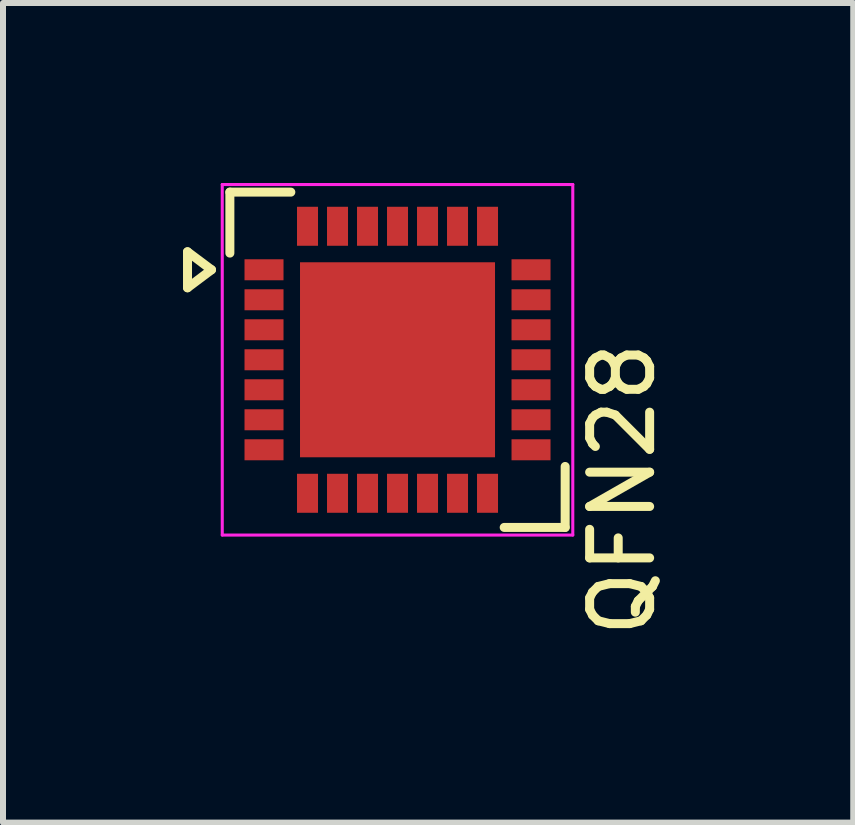
<source format=kicad_pcb>
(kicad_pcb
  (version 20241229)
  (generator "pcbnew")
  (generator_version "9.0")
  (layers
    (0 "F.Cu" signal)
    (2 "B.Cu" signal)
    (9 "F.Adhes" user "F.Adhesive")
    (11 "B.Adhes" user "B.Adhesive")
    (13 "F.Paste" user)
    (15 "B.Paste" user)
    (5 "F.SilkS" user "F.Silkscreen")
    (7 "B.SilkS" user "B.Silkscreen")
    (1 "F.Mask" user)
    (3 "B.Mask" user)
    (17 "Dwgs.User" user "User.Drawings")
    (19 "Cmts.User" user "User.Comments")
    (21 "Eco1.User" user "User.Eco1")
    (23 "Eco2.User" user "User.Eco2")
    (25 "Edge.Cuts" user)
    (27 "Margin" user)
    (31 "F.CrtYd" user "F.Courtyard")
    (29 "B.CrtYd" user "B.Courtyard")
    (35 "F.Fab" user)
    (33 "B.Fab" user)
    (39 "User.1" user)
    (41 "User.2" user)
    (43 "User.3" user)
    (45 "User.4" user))
  (footprint "QFN28"
    (layer "F.Cu")
    (at 3.575 2.946)
    (property "Reference" "QFN28" (at 3.747 2.159 90) (layer "F.SilkS") (effects (font (size 1 1) (thickness 0.15))))
    (attr through_hole)
    (fp_line (start -3.5 -1.8) (end -3.1 -1.5) (stroke (width 0.15) (type solid)) (layer "F.SilkS"))
    (fp_line (start -3.5 -1.2) (end -3.5 -1.8) (stroke (width 0.15) (type solid)) (layer "F.SilkS"))
    (fp_line (start -3.1 -1.5) (end -3.5 -1.2) (stroke (width 0.15) (type solid)) (layer "F.SilkS"))
    (fp_line (start -2.794 -2.794) (end -1.778 -2.794) (stroke (width 0.15) (type solid)) (layer "F.SilkS"))
    (fp_line (start -2.794 -1.778) (end -2.794 -2.794) (stroke (width 0.15) (type solid)) (layer "F.SilkS"))
    (fp_line (start 1.778 2.794) (end 2.794 2.794) (stroke (width 0.15) (type solid)) (layer "F.SilkS"))
    (fp_line (start 2.794 2.794) (end 2.794 1.778) (stroke (width 0.15) (type solid)) (layer "F.SilkS"))
    (fp_line (start -1.4 -1.4) (end -1 -1.4) (stroke (width 0.15) (type solid)) (layer "F.Paste"))
    (fp_line (start -1.4 -1.3) (end -1 -1.3) (stroke (width 0.15) (type solid)) (layer "F.Paste"))
    (fp_line (start -1.4 -1.2) (end -1.4 -1.3) (stroke (width 0.15) (type solid)) (layer "F.Paste"))
    (fp_line (start -1.4 -1.1) (end -1 -1.1) (stroke (width 0.15) (type solid)) (layer "F.Paste"))
    (fp_line (start -1.4 -1) (end -1.4 -1.4) (stroke (width 0.15) (type solid)) (layer "F.Paste"))
    (fp_line (start -1.4 -1) (end -1.4 -1.1) (stroke (width 0.15) (type solid)) (layer "F.Paste"))
    (fp_line (start -1.4 -0.7) (end -1 -0.7) (stroke (width 0.15) (type solid)) (layer "F.Paste"))
    (fp_line (start -1.4 -0.6) (end -1 -0.6) (stroke (width 0.15) (type solid)) (layer "F.Paste"))
    (fp_line (start -1.4 -0.5) (end -1.4 -0.6) (stroke (width 0.15) (type solid)) (layer "F.Paste"))
    (fp_line (start -1.4 -0.4) (end -1 -0.4) (stroke (width 0.15) (type solid)) (layer "F.Paste"))
    (fp_line (start -1.4 -0.3) (end -1.4 -0.7) (stroke (width 0.15) (type solid)) (layer "F.Paste"))
    (fp_line (start -1.4 -0.3) (end -1.4 -0.4) (stroke (width 0.15) (type solid)) (layer "F.Paste"))
    (fp_line (start -1.4 0.3) (end -1 0.3) (stroke (width 0.15) (type solid)) (layer "F.Paste"))
    (fp_line (start -1.4 0.4) (end -1 0.4) (stroke (width 0.15) (type solid)) (layer "F.Paste"))
    (fp_line (start -1.4 0.5) (end -1.4 0.4) (stroke (width 0.15) (type solid)) (layer "F.Paste"))
    (fp_line (start -1.4 0.6) (end -1 0.6) (stroke (width 0.15) (type solid)) (layer "F.Paste"))
    (fp_line (start -1.4 0.7) (end -1.4 0.3) (stroke (width 0.15) (type solid)) (layer "F.Paste"))
    (fp_line (start -1.4 0.7) (end -1.4 0.6) (stroke (width 0.15) (type solid)) (layer "F.Paste"))
    (fp_line (start -1.4 1) (end -1 1) (stroke (width 0.15) (type solid)) (layer "F.Paste"))
    (fp_line (start -1.4 1.1) (end -1 1.1) (stroke (width 0.15) (type solid)) (layer "F.Paste"))
    (fp_line (start -1.4 1.2) (end -1.4 1.1) (stroke (width 0.15) (type solid)) (layer "F.Paste"))
    (fp_line (start -1.4 1.3) (end -1 1.3) (stroke (width 0.15) (type solid)) (layer "F.Paste"))
    (fp_line (start -1.4 1.4) (end -1.4 1) (stroke (width 0.15) (type solid)) (layer "F.Paste"))
    (fp_line (start -1.4 1.4) (end -1.4 1.3) (stroke (width 0.15) (type solid)) (layer "F.Paste"))
    (fp_line (start -1 -1.4) (end -1 -1) (stroke (width 0.15) (type solid)) (layer "F.Paste"))
    (fp_line (start -1 -1.2) (end -1.4 -1.2) (stroke (width 0.15) (type solid)) (layer "F.Paste"))
    (fp_line (start -1 -1.1) (end -1 -1.2) (stroke (width 0.15) (type solid)) (layer "F.Paste"))
    (fp_line (start -1 -1) (end -1.4 -1) (stroke (width 0.15) (type solid)) (layer "F.Paste"))
    (fp_line (start -1 -0.7) (end -1 -0.3) (stroke (width 0.15) (type solid)) (layer "F.Paste"))
    (fp_line (start -1 -0.5) (end -1.4 -0.5) (stroke (width 0.15) (type solid)) (layer "F.Paste"))
    (fp_line (start -1 -0.4) (end -1 -0.5) (stroke (width 0.15) (type solid)) (layer "F.Paste"))
    (fp_line (start -1 -0.3) (end -1.4 -0.3) (stroke (width 0.15) (type solid)) (layer "F.Paste"))
    (fp_line (start -1 0.3) (end -1 0.7) (stroke (width 0.15) (type solid)) (layer "F.Paste"))
    (fp_line (start -1 0.5) (end -1.4 0.5) (stroke (width 0.15) (type solid)) (layer "F.Paste"))
    (fp_line (start -1 0.6) (end -1 0.5) (stroke (width 0.15) (type solid)) (layer "F.Paste"))
    (fp_line (start -1 0.7) (end -1.4 0.7) (stroke (width 0.15) (type solid)) (layer "F.Paste"))
    (fp_line (start -1 1) (end -1 1.4) (stroke (width 0.15) (type solid)) (layer "F.Paste"))
    (fp_line (start -1 1.2) (end -1.4 1.2) (stroke (width 0.15) (type solid)) (layer "F.Paste"))
    (fp_line (start -1 1.3) (end -1 1.2) (stroke (width 0.15) (type solid)) (layer "F.Paste"))
    (fp_line (start -1 1.4) (end -1.4 1.4) (stroke (width 0.15) (type solid)) (layer "F.Paste"))
    (fp_line (start -0.7 -1.4) (end -0.3 -1.4) (stroke (width 0.15) (type solid)) (layer "F.Paste"))
    (fp_line (start -0.7 -1.3) (end -0.3 -1.3) (stroke (width 0.15) (type solid)) (layer "F.Paste"))
    (fp_line (start -0.7 -1.2) (end -0.7 -1.3) (stroke (width 0.15) (type solid)) (layer "F.Paste"))
    (fp_line (start -0.7 -1.1) (end -0.3 -1.1) (stroke (width 0.15) (type solid)) (layer "F.Paste"))
    (fp_line (start -0.7 -1) (end -0.7 -1.4) (stroke (width 0.15) (type solid)) (layer "F.Paste"))
    (fp_line (start -0.7 -1) (end -0.7 -1.1) (stroke (width 0.15) (type solid)) (layer "F.Paste"))
    (fp_line (start -0.7 -0.7) (end -0.3 -0.7) (stroke (width 0.15) (type solid)) (layer "F.Paste"))
    (fp_line (start -0.7 -0.6) (end -0.3 -0.6) (stroke (width 0.15) (type solid)) (layer "F.Paste"))
    (fp_line (start -0.7 -0.5) (end -0.7 -0.6) (stroke (width 0.15) (type solid)) (layer "F.Paste"))
    (fp_line (start -0.7 -0.4) (end -0.3 -0.4) (stroke (width 0.15) (type solid)) (layer "F.Paste"))
    (fp_line (start -0.7 -0.3) (end -0.7 -0.7) (stroke (width 0.15) (type solid)) (layer "F.Paste"))
    (fp_line (start -0.7 -0.3) (end -0.7 -0.4) (stroke (width 0.15) (type solid)) (layer "F.Paste"))
    (fp_line (start -0.7 0.3) (end -0.3 0.3) (stroke (width 0.15) (type solid)) (layer "F.Paste"))
    (fp_line (start -0.7 0.4) (end -0.3 0.4) (stroke (width 0.15) (type solid)) (layer "F.Paste"))
    (fp_line (start -0.7 0.5) (end -0.7 0.4) (stroke (width 0.15) (type solid)) (layer "F.Paste"))
    (fp_line (start -0.7 0.6) (end -0.3 0.6) (stroke (width 0.15) (type solid)) (layer "F.Paste"))
    (fp_line (start -0.7 0.7) (end -0.7 0.3) (stroke (width 0.15) (type solid)) (layer "F.Paste"))
    (fp_line (start -0.7 0.7) (end -0.7 0.6) (stroke (width 0.15) (type solid)) (layer "F.Paste"))
    (fp_line (start -0.7 1) (end -0.3 1) (stroke (width 0.15) (type solid)) (layer "F.Paste"))
    (fp_line (start -0.7 1.1) (end -0.3 1.1) (stroke (width 0.15) (type solid)) (layer "F.Paste"))
    (fp_line (start -0.7 1.2) (end -0.7 1.1) (stroke (width 0.15) (type solid)) (layer "F.Paste"))
    (fp_line (start -0.7 1.3) (end -0.3 1.3) (stroke (width 0.15) (type solid)) (layer "F.Paste"))
    (fp_line (start -0.7 1.4) (end -0.7 1) (stroke (width 0.15) (type solid)) (layer "F.Paste"))
    (fp_line (start -0.7 1.4) (end -0.7 1.3) (stroke (width 0.15) (type solid)) (layer "F.Paste"))
    (fp_line (start -0.3 -1.4) (end -0.3 -1) (stroke (width 0.15) (type solid)) (layer "F.Paste"))
    (fp_line (start -0.3 -1.2) (end -0.7 -1.2) (stroke (width 0.15) (type solid)) (layer "F.Paste"))
    (fp_line (start -0.3 -1.1) (end -0.3 -1.2) (stroke (width 0.15) (type solid)) (layer "F.Paste"))
    (fp_line (start -0.3 -1) (end -0.7 -1) (stroke (width 0.15) (type solid)) (layer "F.Paste"))
    (fp_line (start -0.3 -0.7) (end -0.3 -0.3) (stroke (width 0.15) (type solid)) (layer "F.Paste"))
    (fp_line (start -0.3 -0.5) (end -0.7 -0.5) (stroke (width 0.15) (type solid)) (layer "F.Paste"))
    (fp_line (start -0.3 -0.4) (end -0.3 -0.5) (stroke (width 0.15) (type solid)) (layer "F.Paste"))
    (fp_line (start -0.3 -0.3) (end -0.7 -0.3) (stroke (width 0.15) (type solid)) (layer "F.Paste"))
    (fp_line (start -0.3 0.3) (end -0.3 0.7) (stroke (width 0.15) (type solid)) (layer "F.Paste"))
    (fp_line (start -0.3 0.5) (end -0.7 0.5) (stroke (width 0.15) (type solid)) (layer "F.Paste"))
    (fp_line (start -0.3 0.6) (end -0.3 0.5) (stroke (width 0.15) (type solid)) (layer "F.Paste"))
    (fp_line (start -0.3 0.7) (end -0.7 0.7) (stroke (width 0.15) (type solid)) (layer "F.Paste"))
    (fp_line (start -0.3 1) (end -0.3 1.4) (stroke (width 0.15) (type solid)) (layer "F.Paste"))
    (fp_line (start -0.3 1.2) (end -0.7 1.2) (stroke (width 0.15) (type solid)) (layer "F.Paste"))
    (fp_line (start -0.3 1.3) (end -0.3 1.2) (stroke (width 0.15) (type solid)) (layer "F.Paste"))
    (fp_line (start -0.3 1.4) (end -0.7 1.4) (stroke (width 0.15) (type solid)) (layer "F.Paste"))
    (fp_line (start 0.3 -1.4) (end 0.7 -1.4) (stroke (width 0.15) (type solid)) (layer "F.Paste"))
    (fp_line (start 0.3 -1.3) (end 0.7 -1.3) (stroke (width 0.15) (type solid)) (layer "F.Paste"))
    (fp_line (start 0.3 -1.2) (end 0.3 -1.3) (stroke (width 0.15) (type solid)) (layer "F.Paste"))
    (fp_line (start 0.3 -1.1) (end 0.7 -1.1) (stroke (width 0.15) (type solid)) (layer "F.Paste"))
    (fp_line (start 0.3 -1) (end 0.3 -1.4) (stroke (width 0.15) (type solid)) (layer "F.Paste"))
    (fp_line (start 0.3 -1) (end 0.3 -1.1) (stroke (width 0.15) (type solid)) (layer "F.Paste"))
    (fp_line (start 0.3 -0.7) (end 0.7 -0.7) (stroke (width 0.15) (type solid)) (layer "F.Paste"))
    (fp_line (start 0.3 -0.6) (end 0.7 -0.6) (stroke (width 0.15) (type solid)) (layer "F.Paste"))
    (fp_line (start 0.3 -0.5) (end 0.3 -0.6) (stroke (width 0.15) (type solid)) (layer "F.Paste"))
    (fp_line (start 0.3 -0.4) (end 0.7 -0.4) (stroke (width 0.15) (type solid)) (layer "F.Paste"))
    (fp_line (start 0.3 -0.3) (end 0.3 -0.7) (stroke (width 0.15) (type solid)) (layer "F.Paste"))
    (fp_line (start 0.3 -0.3) (end 0.3 -0.4) (stroke (width 0.15) (type solid)) (layer "F.Paste"))
    (fp_line (start 0.3 0.3) (end 0.7 0.3) (stroke (width 0.15) (type solid)) (layer "F.Paste"))
    (fp_line (start 0.3 0.4) (end 0.7 0.4) (stroke (width 0.15) (type solid)) (layer "F.Paste"))
    (fp_line (start 0.3 0.5) (end 0.3 0.4) (stroke (width 0.15) (type solid)) (layer "F.Paste"))
    (fp_line (start 0.3 0.6) (end 0.7 0.6) (stroke (width 0.15) (type solid)) (layer "F.Paste"))
    (fp_line (start 0.3 0.7) (end 0.3 0.3) (stroke (width 0.15) (type solid)) (layer "F.Paste"))
    (fp_line (start 0.3 0.7) (end 0.3 0.6) (stroke (width 0.15) (type solid)) (layer "F.Paste"))
    (fp_line (start 0.3 1) (end 0.7 1) (stroke (width 0.15) (type solid)) (layer "F.Paste"))
    (fp_line (start 0.3 1.1) (end 0.7 1.1) (stroke (width 0.15) (type solid)) (layer "F.Paste"))
    (fp_line (start 0.3 1.2) (end 0.3 1.1) (stroke (width 0.15) (type solid)) (layer "F.Paste"))
    (fp_line (start 0.3 1.3) (end 0.7 1.3) (stroke (width 0.15) (type solid)) (layer "F.Paste"))
    (fp_line (start 0.3 1.4) (end 0.3 1) (stroke (width 0.15) (type solid)) (layer "F.Paste"))
    (fp_line (start 0.3 1.4) (end 0.3 1.3) (stroke (width 0.15) (type solid)) (layer "F.Paste"))
    (fp_line (start 0.7 -1.4) (end 0.7 -1) (stroke (width 0.15) (type solid)) (layer "F.Paste"))
    (fp_line (start 0.7 -1.2) (end 0.3 -1.2) (stroke (width 0.15) (type solid)) (layer "F.Paste"))
    (fp_line (start 0.7 -1.1) (end 0.7 -1.2) (stroke (width 0.15) (type solid)) (layer "F.Paste"))
    (fp_line (start 0.7 -1) (end 0.3 -1) (stroke (width 0.15) (type solid)) (layer "F.Paste"))
    (fp_line (start 0.7 -0.7) (end 0.7 -0.3) (stroke (width 0.15) (type solid)) (layer "F.Paste"))
    (fp_line (start 0.7 -0.5) (end 0.3 -0.5) (stroke (width 0.15) (type solid)) (layer "F.Paste"))
    (fp_line (start 0.7 -0.4) (end 0.7 -0.5) (stroke (width 0.15) (type solid)) (layer "F.Paste"))
    (fp_line (start 0.7 -0.3) (end 0.3 -0.3) (stroke (width 0.15) (type solid)) (layer "F.Paste"))
    (fp_line (start 0.7 0.3) (end 0.7 0.7) (stroke (width 0.15) (type solid)) (layer "F.Paste"))
    (fp_line (start 0.7 0.5) (end 0.3 0.5) (stroke (width 0.15) (type solid)) (layer "F.Paste"))
    (fp_line (start 0.7 0.6) (end 0.7 0.5) (stroke (width 0.15) (type solid)) (layer "F.Paste"))
    (fp_line (start 0.7 0.7) (end 0.3 0.7) (stroke (width 0.15) (type solid)) (layer "F.Paste"))
    (fp_line (start 0.7 1) (end 0.7 1.4) (stroke (width 0.15) (type solid)) (layer "F.Paste"))
    (fp_line (start 0.7 1.2) (end 0.3 1.2) (stroke (width 0.15) (type solid)) (layer "F.Paste"))
    (fp_line (start 0.7 1.3) (end 0.7 1.2) (stroke (width 0.15) (type solid)) (layer "F.Paste"))
    (fp_line (start 0.7 1.4) (end 0.3 1.4) (stroke (width 0.15) (type solid)) (layer "F.Paste"))
    (fp_line (start 1 -1.4) (end 1.4 -1.4) (stroke (width 0.15) (type solid)) (layer "F.Paste"))
    (fp_line (start 1 -1.3) (end 1.4 -1.3) (stroke (width 0.15) (type solid)) (layer "F.Paste"))
    (fp_line (start 1 -1.2) (end 1 -1.3) (stroke (width 0.15) (type solid)) (layer "F.Paste"))
    (fp_line (start 1 -1.1) (end 1.4 -1.1) (stroke (width 0.15) (type solid)) (layer "F.Paste"))
    (fp_line (start 1 -1) (end 1 -1.4) (stroke (width 0.15) (type solid)) (layer "F.Paste"))
    (fp_line (start 1 -1) (end 1 -1.1) (stroke (width 0.15) (type solid)) (layer "F.Paste"))
    (fp_line (start 1 -0.7) (end 1.4 -0.7) (stroke (width 0.15) (type solid)) (layer "F.Paste"))
    (fp_line (start 1 -0.6) (end 1.4 -0.6) (stroke (width 0.15) (type solid)) (layer "F.Paste"))
    (fp_line (start 1 -0.5) (end 1 -0.6) (stroke (width 0.15) (type solid)) (layer "F.Paste"))
    (fp_line (start 1 -0.4) (end 1.4 -0.4) (stroke (width 0.15) (type solid)) (layer "F.Paste"))
    (fp_line (start 1 -0.3) (end 1 -0.7) (stroke (width 0.15) (type solid)) (layer "F.Paste"))
    (fp_line (start 1 -0.3) (end 1 -0.4) (stroke (width 0.15) (type solid)) (layer "F.Paste"))
    (fp_line (start 1 0.3) (end 1.4 0.3) (stroke (width 0.15) (type solid)) (layer "F.Paste"))
    (fp_line (start 1 0.4) (end 1.4 0.4) (stroke (width 0.15) (type solid)) (layer "F.Paste"))
    (fp_line (start 1 0.5) (end 1 0.4) (stroke (width 0.15) (type solid)) (layer "F.Paste"))
    (fp_line (start 1 0.6) (end 1.4 0.6) (stroke (width 0.15) (type solid)) (layer "F.Paste"))
    (fp_line (start 1 0.7) (end 1 0.3) (stroke (width 0.15) (type solid)) (layer "F.Paste"))
    (fp_line (start 1 0.7) (end 1 0.6) (stroke (width 0.15) (type solid)) (layer "F.Paste"))
    (fp_line (start 1 1) (end 1.4 1) (stroke (width 0.15) (type solid)) (layer "F.Paste"))
    (fp_line (start 1 1.1) (end 1.4 1.1) (stroke (width 0.15) (type solid)) (layer "F.Paste"))
    (fp_line (start 1 1.2) (end 1 1.1) (stroke (width 0.15) (type solid)) (layer "F.Paste"))
    (fp_line (start 1 1.3) (end 1.4 1.3) (stroke (width 0.15) (type solid)) (layer "F.Paste"))
    (fp_line (start 1 1.4) (end 1 1) (stroke (width 0.15) (type solid)) (layer "F.Paste"))
    (fp_line (start 1 1.4) (end 1 1.3) (stroke (width 0.15) (type solid)) (layer "F.Paste"))
    (fp_line (start 1.4 -1.4) (end 1.4 -1) (stroke (width 0.15) (type solid)) (layer "F.Paste"))
    (fp_line (start 1.4 -1.2) (end 1 -1.2) (stroke (width 0.15) (type solid)) (layer "F.Paste"))
    (fp_line (start 1.4 -1.1) (end 1.4 -1.2) (stroke (width 0.15) (type solid)) (layer "F.Paste"))
    (fp_line (start 1.4 -1) (end 1 -1) (stroke (width 0.15) (type solid)) (layer "F.Paste"))
    (fp_line (start 1.4 -0.7) (end 1.4 -0.3) (stroke (width 0.15) (type solid)) (layer "F.Paste"))
    (fp_line (start 1.4 -0.5) (end 1 -0.5) (stroke (width 0.15) (type solid)) (layer "F.Paste"))
    (fp_line (start 1.4 -0.4) (end 1.4 -0.5) (stroke (width 0.15) (type solid)) (layer "F.Paste"))
    (fp_line (start 1.4 -0.3) (end 1 -0.3) (stroke (width 0.15) (type solid)) (layer "F.Paste"))
    (fp_line (start 1.4 0.3) (end 1.4 0.7) (stroke (width 0.15) (type solid)) (layer "F.Paste"))
    (fp_line (start 1.4 0.5) (end 1 0.5) (stroke (width 0.15) (type solid)) (layer "F.Paste"))
    (fp_line (start 1.4 0.6) (end 1.4 0.5) (stroke (width 0.15) (type solid)) (layer "F.Paste"))
    (fp_line (start 1.4 0.7) (end 1 0.7) (stroke (width 0.15) (type solid)) (layer "F.Paste"))
    (fp_line (start 1.4 1) (end 1.4 1.4) (stroke (width 0.15) (type solid)) (layer "F.Paste"))
    (fp_line (start 1.4 1.2) (end 1 1.2) (stroke (width 0.15) (type solid)) (layer "F.Paste"))
    (fp_line (start 1.4 1.3) (end 1.4 1.2) (stroke (width 0.15) (type solid)) (layer "F.Paste"))
    (fp_line (start 1.4 1.4) (end 1 1.4) (stroke (width 0.15) (type solid)) (layer "F.Paste"))
    (fp_line (start -2.921 -2.921) (end -2.921 2.921) (stroke (width 0.051) (type solid)) (layer "F.CrtYd"))
    (fp_line (start -2.921 2.921) (end 2.921 2.921) (stroke (width 0.051) (type solid)) (layer "F.CrtYd"))
    (fp_line (start 2.921 -2.921) (end -2.921 -2.921) (stroke (width 0.051) (type solid)) (layer "F.CrtYd"))
    (fp_line (start 2.921 2.921) (end 2.921 -2.921) (stroke (width 0.051) (type solid)) (layer "F.CrtYd"))
    (pad "0" smd rect (at 0 0) (size 3.25 3.25) (layers "F.Cu" "F.Mask"))
    (pad "1" smd rect (at -2.225 -1.5) (size 0.65 0.35) (layers "F.Cu" "F.Mask" "F.Paste"))
    (pad "2" smd rect (at -2.225 -1) (size 0.65 0.35) (layers "F.Cu" "F.Mask" "F.Paste"))
    (pad "3" smd rect (at -2.225 -0.5) (size 0.65 0.35) (layers "F.Cu" "F.Mask" "F.Paste"))
    (pad "4" smd rect (at -2.225 0) (size 0.65 0.35) (layers "F.Cu" "F.Mask" "F.Paste"))
    (pad "5" smd rect (at -2.225 0.5) (size 0.65 0.35) (layers "F.Cu" "F.Mask" "F.Paste"))
    (pad "6" smd rect (at -2.225 1) (size 0.65 0.35) (layers "F.Cu" "F.Mask" "F.Paste"))
    (pad "7" smd rect (at -2.225 1.5) (size 0.65 0.35) (layers "F.Cu" "F.Mask" "F.Paste"))
    (pad "8" smd rect (at -1.5 2.225) (size 0.35 0.65) (layers "F.Cu" "F.Mask" "F.Paste"))
    (pad "9" smd rect (at -1 2.225) (size 0.35 0.65) (layers "F.Cu" "F.Mask" "F.Paste"))
    (pad "10" smd rect (at -0.5 2.225) (size 0.35 0.65) (layers "F.Cu" "F.Mask" "F.Paste"))
    (pad "11" smd rect (at 0 2.225) (size 0.35 0.65) (layers "F.Cu" "F.Mask" "F.Paste"))
    (pad "12" smd rect (at 0.5 2.225) (size 0.35 0.65) (layers "F.Cu" "F.Mask" "F.Paste"))
    (pad "13" smd rect (at 1 2.225) (size 0.35 0.65) (layers "F.Cu" "F.Mask" "F.Paste"))
    (pad "14" smd rect (at 1.5 2.225) (size 0.35 0.65) (layers "F.Cu" "F.Mask" "F.Paste"))
    (pad "15" smd rect (at 2.225 1.5) (size 0.65 0.35) (layers "F.Cu" "F.Mask" "F.Paste"))
    (pad "16" smd rect (at 2.225 1) (size 0.65 0.35) (layers "F.Cu" "F.Mask" "F.Paste"))
    (pad "17" smd rect (at 2.225 0.5) (size 0.65 0.35) (layers "F.Cu" "F.Mask" "F.Paste"))
    (pad "18" smd rect (at 2.225 0) (size 0.65 0.35) (layers "F.Cu" "F.Mask" "F.Paste"))
    (pad "19" smd rect (at 2.225 -0.5) (size 0.65 0.35) (layers "F.Cu" "F.Mask" "F.Paste"))
    (pad "20" smd rect (at 2.225 -1) (size 0.65 0.35) (layers "F.Cu" "F.Mask" "F.Paste"))
    (pad "21" smd rect (at 2.225 -1.5) (size 0.65 0.35) (layers "F.Cu" "F.Mask" "F.Paste"))
    (pad "22" smd rect (at 1.5 -2.225) (size 0.35 0.65) (layers "F.Cu" "F.Mask" "F.Paste"))
    (pad "23" smd rect (at 1 -2.225) (size 0.35 0.65) (layers "F.Cu" "F.Mask" "F.Paste"))
    (pad "24" smd rect (at 0.5 -2.225) (size 0.35 0.65) (layers "F.Cu" "F.Mask" "F.Paste"))
    (pad "25" smd rect (at 0 -2.225) (size 0.35 0.65) (layers "F.Cu" "F.Mask" "F.Paste"))
    (pad "26" smd rect (at -0.5 -2.225) (size 0.35 0.65) (layers "F.Cu" "F.Mask" "F.Paste"))
    (pad "27" smd rect (at -1 -2.225) (size 0.35 0.65) (layers "F.Cu" "F.Mask" "F.Paste"))
    (pad "28" smd rect (at -1.5 -2.225) (size 0.35 0.65) (layers "F.Cu" "F.Mask" "F.Paste")))
  (gr_rect
    (start -3 -3)
    (end 11.17 10.659)
    (stroke (width 0.1) (type default))
    (fill no)
    (layer "Edge.Cuts")))
</source>
